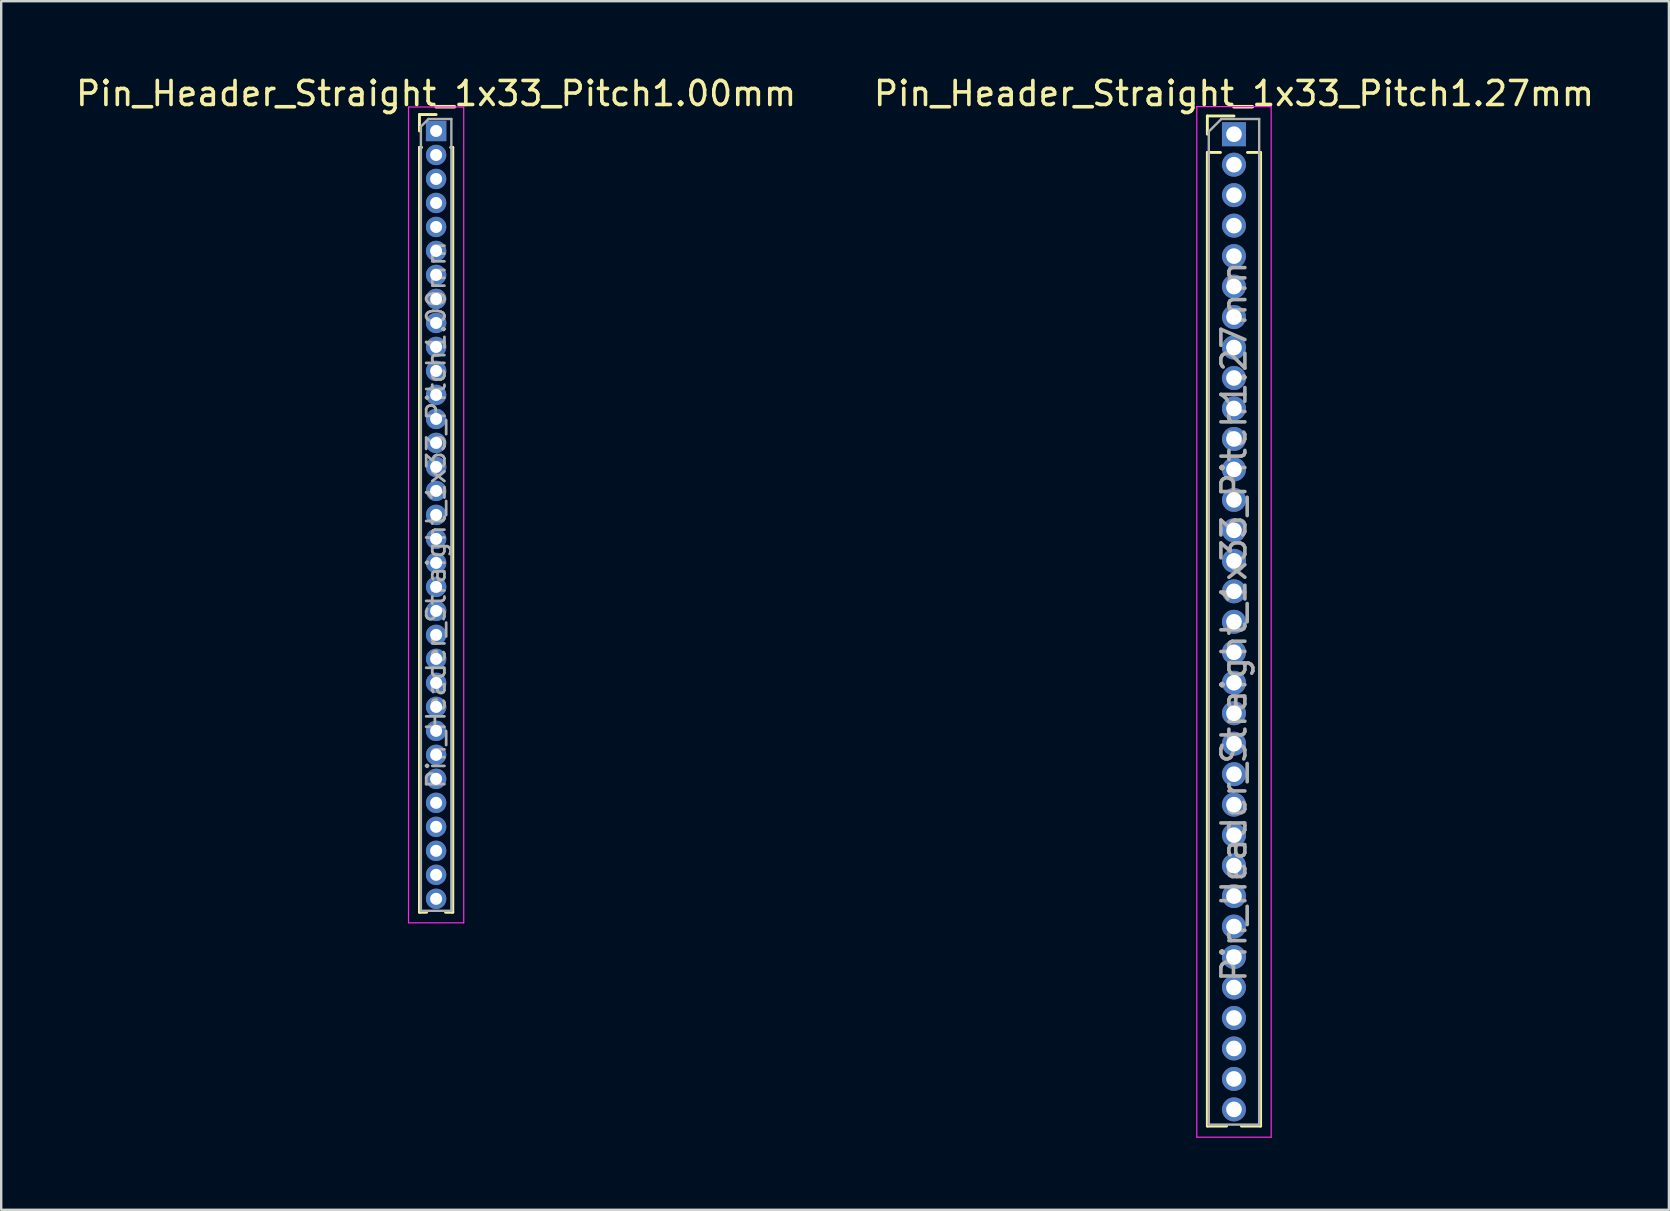
<source format=kicad_pcb>
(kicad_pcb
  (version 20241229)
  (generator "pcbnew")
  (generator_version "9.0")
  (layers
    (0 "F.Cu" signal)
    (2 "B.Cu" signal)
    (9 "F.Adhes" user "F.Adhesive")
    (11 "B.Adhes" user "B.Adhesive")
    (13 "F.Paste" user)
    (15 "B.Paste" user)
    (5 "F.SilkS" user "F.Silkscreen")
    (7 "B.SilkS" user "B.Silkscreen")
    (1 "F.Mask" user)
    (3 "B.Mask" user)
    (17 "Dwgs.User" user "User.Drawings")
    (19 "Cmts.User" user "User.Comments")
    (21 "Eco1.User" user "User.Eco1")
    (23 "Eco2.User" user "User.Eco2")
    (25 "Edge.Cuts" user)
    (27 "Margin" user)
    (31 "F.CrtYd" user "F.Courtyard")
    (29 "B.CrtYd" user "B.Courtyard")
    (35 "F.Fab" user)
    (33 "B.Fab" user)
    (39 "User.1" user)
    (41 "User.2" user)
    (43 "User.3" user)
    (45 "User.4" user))
  (footprint "Pin_Header_Straight_1x33_Pitch1.00mm"
    (layer "F.Cu")
    (at 15.125 2.408)
    (property "Reference" "Pin_Header_Straight_1x33_Pitch1.00mm" (at 0 -1.56 0) (layer "F.SilkS") (effects (font (size 1 1) (thickness 0.15))))
    (attr through_hole)
    (fp_line (start -0.695 -0.685) (end 0 -0.685) (stroke (width 0.12) (type solid)) (layer "F.SilkS"))
    (fp_line (start -0.695 0) (end -0.695 -0.685) (stroke (width 0.12) (type solid)) (layer "F.SilkS"))
    (fp_line (start -0.695 0.685) (end -0.695 32.56) (stroke (width 0.12) (type solid)) (layer "F.SilkS"))
    (fp_line (start -0.695 0.685) (end -0.608 0.685) (stroke (width 0.12) (type solid)) (layer "F.SilkS"))
    (fp_line (start -0.695 32.56) (end -0.394 32.56) (stroke (width 0.12) (type solid)) (layer "F.SilkS"))
    (fp_line (start 0.394 32.56) (end 0.695 32.56) (stroke (width 0.12) (type solid)) (layer "F.SilkS"))
    (fp_line (start 0.608 0.685) (end 0.695 0.685) (stroke (width 0.12) (type solid)) (layer "F.SilkS"))
    (fp_line (start 0.695 0.685) (end 0.695 32.56) (stroke (width 0.12) (type solid)) (layer "F.SilkS"))
    (fp_line (start -1.15 -1) (end -1.15 33) (stroke (width 0.05) (type solid)) (layer "F.CrtYd"))
    (fp_line (start -1.15 33) (end 1.15 33) (stroke (width 0.05) (type solid)) (layer "F.CrtYd"))
    (fp_line (start 1.15 -1) (end -1.15 -1) (stroke (width 0.05) (type solid)) (layer "F.CrtYd"))
    (fp_line (start 1.15 33) (end 1.15 -1) (stroke (width 0.05) (type solid)) (layer "F.CrtYd"))
    (fp_line (start -0.635 -0.182) (end -0.318 -0.5) (stroke (width 0.1) (type solid)) (layer "F.Fab"))
    (fp_line (start -0.635 32.5) (end -0.635 -0.182) (stroke (width 0.1) (type solid)) (layer "F.Fab"))
    (fp_line (start -0.318 -0.5) (end 0.635 -0.5) (stroke (width 0.1) (type solid)) (layer "F.Fab"))
    (fp_line (start 0.635 -0.5) (end 0.635 32.5) (stroke (width 0.1) (type solid)) (layer "F.Fab"))
    (fp_line (start 0.635 32.5) (end -0.635 32.5) (stroke (width 0.1) (type solid)) (layer "F.Fab"))
    (fp_text user "${REFERENCE}" (at 0 16 90) (layer "F.Fab") (effects (font (size 0.76 0.76) (thickness 0.114))))
    (pad "1" thru_hole rect (at 0 0) (size 0.85 0.85) (drill 0.5) (layers "*.Cu" "*.Mask"))
    (pad "2" thru_hole oval (at 0 1) (size 0.85 0.85) (drill 0.5) (layers "*.Cu" "*.Mask"))
    (pad "3" thru_hole oval (at 0 2) (size 0.85 0.85) (drill 0.5) (layers "*.Cu" "*.Mask"))
    (pad "4" thru_hole oval (at 0 3) (size 0.85 0.85) (drill 0.5) (layers "*.Cu" "*.Mask"))
    (pad "5" thru_hole oval (at 0 4) (size 0.85 0.85) (drill 0.5) (layers "*.Cu" "*.Mask"))
    (pad "6" thru_hole oval (at 0 5) (size 0.85 0.85) (drill 0.5) (layers "*.Cu" "*.Mask"))
    (pad "7" thru_hole oval (at 0 6) (size 0.85 0.85) (drill 0.5) (layers "*.Cu" "*.Mask"))
    (pad "8" thru_hole oval (at 0 7) (size 0.85 0.85) (drill 0.5) (layers "*.Cu" "*.Mask"))
    (pad "9" thru_hole oval (at 0 8) (size 0.85 0.85) (drill 0.5) (layers "*.Cu" "*.Mask"))
    (pad "10" thru_hole oval (at 0 9) (size 0.85 0.85) (drill 0.5) (layers "*.Cu" "*.Mask"))
    (pad "11" thru_hole oval (at 0 10) (size 0.85 0.85) (drill 0.5) (layers "*.Cu" "*.Mask"))
    (pad "12" thru_hole oval (at 0 11) (size 0.85 0.85) (drill 0.5) (layers "*.Cu" "*.Mask"))
    (pad "13" thru_hole oval (at 0 12) (size 0.85 0.85) (drill 0.5) (layers "*.Cu" "*.Mask"))
    (pad "14" thru_hole oval (at 0 13) (size 0.85 0.85) (drill 0.5) (layers "*.Cu" "*.Mask"))
    (pad "15" thru_hole oval (at 0 14) (size 0.85 0.85) (drill 0.5) (layers "*.Cu" "*.Mask"))
    (pad "16" thru_hole oval (at 0 15) (size 0.85 0.85) (drill 0.5) (layers "*.Cu" "*.Mask"))
    (pad "17" thru_hole oval (at 0 16) (size 0.85 0.85) (drill 0.5) (layers "*.Cu" "*.Mask"))
    (pad "18" thru_hole oval (at 0 17) (size 0.85 0.85) (drill 0.5) (layers "*.Cu" "*.Mask"))
    (pad "19" thru_hole oval (at 0 18) (size 0.85 0.85) (drill 0.5) (layers "*.Cu" "*.Mask"))
    (pad "20" thru_hole oval (at 0 19) (size 0.85 0.85) (drill 0.5) (layers "*.Cu" "*.Mask"))
    (pad "21" thru_hole oval (at 0 20) (size 0.85 0.85) (drill 0.5) (layers "*.Cu" "*.Mask"))
    (pad "22" thru_hole oval (at 0 21) (size 0.85 0.85) (drill 0.5) (layers "*.Cu" "*.Mask"))
    (pad "23" thru_hole oval (at 0 22) (size 0.85 0.85) (drill 0.5) (layers "*.Cu" "*.Mask"))
    (pad "24" thru_hole oval (at 0 23) (size 0.85 0.85) (drill 0.5) (layers "*.Cu" "*.Mask"))
    (pad "25" thru_hole oval (at 0 24) (size 0.85 0.85) (drill 0.5) (layers "*.Cu" "*.Mask"))
    (pad "26" thru_hole oval (at 0 25) (size 0.85 0.85) (drill 0.5) (layers "*.Cu" "*.Mask"))
    (pad "27" thru_hole oval (at 0 26) (size 0.85 0.85) (drill 0.5) (layers "*.Cu" "*.Mask"))
    (pad "28" thru_hole oval (at 0 27) (size 0.85 0.85) (drill 0.5) (layers "*.Cu" "*.Mask"))
    (pad "29" thru_hole oval (at 0 28) (size 0.85 0.85) (drill 0.5) (layers "*.Cu" "*.Mask"))
    (pad "30" thru_hole oval (at 0 29) (size 0.85 0.85) (drill 0.5) (layers "*.Cu" "*.Mask"))
    (pad "31" thru_hole oval (at 0 30) (size 0.85 0.85) (drill 0.5) (layers "*.Cu" "*.Mask"))
    (pad "32" thru_hole oval (at 0 31) (size 0.85 0.85) (drill 0.5) (layers "*.Cu" "*.Mask"))
    (pad "33" thru_hole oval (at 0 32) (size 0.85 0.85) (drill 0.5) (layers "*.Cu" "*.Mask")))
  (footprint "Pin_Header_Straight_1x33_Pitch1.27mm"
    (layer "F.Cu")
    (at 48.375 2.543)
    (property "Reference" "Pin_Header_Straight_1x33_Pitch1.27mm" (at 0 -1.695 0) (layer "F.SilkS") (effects (font (size 1 1) (thickness 0.15))))
    (attr through_hole)
    (fp_line (start -1.11 -0.76) (end 0 -0.76) (stroke (width 0.12) (type solid)) (layer "F.SilkS"))
    (fp_line (start -1.11 0) (end -1.11 -0.76) (stroke (width 0.12) (type solid)) (layer "F.SilkS"))
    (fp_line (start -1.11 0.76) (end -1.11 41.335) (stroke (width 0.12) (type solid)) (layer "F.SilkS"))
    (fp_line (start -1.11 0.76) (end -0.563 0.76) (stroke (width 0.12) (type solid)) (layer "F.SilkS"))
    (fp_line (start -1.11 41.335) (end -0.308 41.335) (stroke (width 0.12) (type solid)) (layer "F.SilkS"))
    (fp_line (start 0.308 41.335) (end 1.11 41.335) (stroke (width 0.12) (type solid)) (layer "F.SilkS"))
    (fp_line (start 0.563 0.76) (end 1.11 0.76) (stroke (width 0.12) (type solid)) (layer "F.SilkS"))
    (fp_line (start 1.11 0.76) (end 1.11 41.335) (stroke (width 0.12) (type solid)) (layer "F.SilkS"))
    (fp_line (start -1.55 -1.15) (end -1.55 41.8) (stroke (width 0.05) (type solid)) (layer "F.CrtYd"))
    (fp_line (start -1.55 41.8) (end 1.55 41.8) (stroke (width 0.05) (type solid)) (layer "F.CrtYd"))
    (fp_line (start 1.55 -1.15) (end -1.55 -1.15) (stroke (width 0.05) (type solid)) (layer "F.CrtYd"))
    (fp_line (start 1.55 41.8) (end 1.55 -1.15) (stroke (width 0.05) (type solid)) (layer "F.CrtYd"))
    (fp_line (start -1.05 -0.11) (end -0.525 -0.635) (stroke (width 0.1) (type solid)) (layer "F.Fab"))
    (fp_line (start -1.05 41.275) (end -1.05 -0.11) (stroke (width 0.1) (type solid)) (layer "F.Fab"))
    (fp_line (start -0.525 -0.635) (end 1.05 -0.635) (stroke (width 0.1) (type solid)) (layer "F.Fab"))
    (fp_line (start 1.05 -0.635) (end 1.05 41.275) (stroke (width 0.1) (type solid)) (layer "F.Fab"))
    (fp_line (start 1.05 41.275) (end -1.05 41.275) (stroke (width 0.1) (type solid)) (layer "F.Fab"))
    (fp_text user "${REFERENCE}" (at 0 20.32 90) (layer "F.Fab") (effects (font (size 1 1) (thickness 0.15))))
    (pad "1" thru_hole rect (at 0 0) (size 1 1) (drill 0.65) (layers "*.Cu" "*.Mask"))
    (pad "2" thru_hole oval (at 0 1.27) (size 1 1) (drill 0.65) (layers "*.Cu" "*.Mask"))
    (pad "3" thru_hole oval (at 0 2.54) (size 1 1) (drill 0.65) (layers "*.Cu" "*.Mask"))
    (pad "4" thru_hole oval (at 0 3.81) (size 1 1) (drill 0.65) (layers "*.Cu" "*.Mask"))
    (pad "5" thru_hole oval (at 0 5.08) (size 1 1) (drill 0.65) (layers "*.Cu" "*.Mask"))
    (pad "6" thru_hole oval (at 0 6.35) (size 1 1) (drill 0.65) (layers "*.Cu" "*.Mask"))
    (pad "7" thru_hole oval (at 0 7.62) (size 1 1) (drill 0.65) (layers "*.Cu" "*.Mask"))
    (pad "8" thru_hole oval (at 0 8.89) (size 1 1) (drill 0.65) (layers "*.Cu" "*.Mask"))
    (pad "9" thru_hole oval (at 0 10.16) (size 1 1) (drill 0.65) (layers "*.Cu" "*.Mask"))
    (pad "10" thru_hole oval (at 0 11.43) (size 1 1) (drill 0.65) (layers "*.Cu" "*.Mask"))
    (pad "11" thru_hole oval (at 0 12.7) (size 1 1) (drill 0.65) (layers "*.Cu" "*.Mask"))
    (pad "12" thru_hole oval (at 0 13.97) (size 1 1) (drill 0.65) (layers "*.Cu" "*.Mask"))
    (pad "13" thru_hole oval (at 0 15.24) (size 1 1) (drill 0.65) (layers "*.Cu" "*.Mask"))
    (pad "14" thru_hole oval (at 0 16.51) (size 1 1) (drill 0.65) (layers "*.Cu" "*.Mask"))
    (pad "15" thru_hole oval (at 0 17.78) (size 1 1) (drill 0.65) (layers "*.Cu" "*.Mask"))
    (pad "16" thru_hole oval (at 0 19.05) (size 1 1) (drill 0.65) (layers "*.Cu" "*.Mask"))
    (pad "17" thru_hole oval (at 0 20.32) (size 1 1) (drill 0.65) (layers "*.Cu" "*.Mask"))
    (pad "18" thru_hole oval (at 0 21.59) (size 1 1) (drill 0.65) (layers "*.Cu" "*.Mask"))
    (pad "19" thru_hole oval (at 0 22.86) (size 1 1) (drill 0.65) (layers "*.Cu" "*.Mask"))
    (pad "20" thru_hole oval (at 0 24.13) (size 1 1) (drill 0.65) (layers "*.Cu" "*.Mask"))
    (pad "21" thru_hole oval (at 0 25.4) (size 1 1) (drill 0.65) (layers "*.Cu" "*.Mask"))
    (pad "22" thru_hole oval (at 0 26.67) (size 1 1) (drill 0.65) (layers "*.Cu" "*.Mask"))
    (pad "23" thru_hole oval (at 0 27.94) (size 1 1) (drill 0.65) (layers "*.Cu" "*.Mask"))
    (pad "24" thru_hole oval (at 0 29.21) (size 1 1) (drill 0.65) (layers "*.Cu" "*.Mask"))
    (pad "25" thru_hole oval (at 0 30.48) (size 1 1) (drill 0.65) (layers "*.Cu" "*.Mask"))
    (pad "26" thru_hole oval (at 0 31.75) (size 1 1) (drill 0.65) (layers "*.Cu" "*.Mask"))
    (pad "27" thru_hole oval (at 0 33.02) (size 1 1) (drill 0.65) (layers "*.Cu" "*.Mask"))
    (pad "28" thru_hole oval (at 0 34.29) (size 1 1) (drill 0.65) (layers "*.Cu" "*.Mask"))
    (pad "29" thru_hole oval (at 0 35.56) (size 1 1) (drill 0.65) (layers "*.Cu" "*.Mask"))
    (pad "30" thru_hole oval (at 0 36.83) (size 1 1) (drill 0.65) (layers "*.Cu" "*.Mask"))
    (pad "31" thru_hole oval (at 0 38.1) (size 1 1) (drill 0.65) (layers "*.Cu" "*.Mask"))
    (pad "32" thru_hole oval (at 0 39.37) (size 1 1) (drill 0.65) (layers "*.Cu" "*.Mask"))
    (pad "33" thru_hole oval (at 0 40.64) (size 1 1) (drill 0.65) (layers "*.Cu" "*.Mask")))
  (gr_rect
    (start -3 -3)
    (end 66.5 47.368)
    (stroke (width 0.1) (type default))
    (fill no)
    (layer "Edge.Cuts")))
</source>
